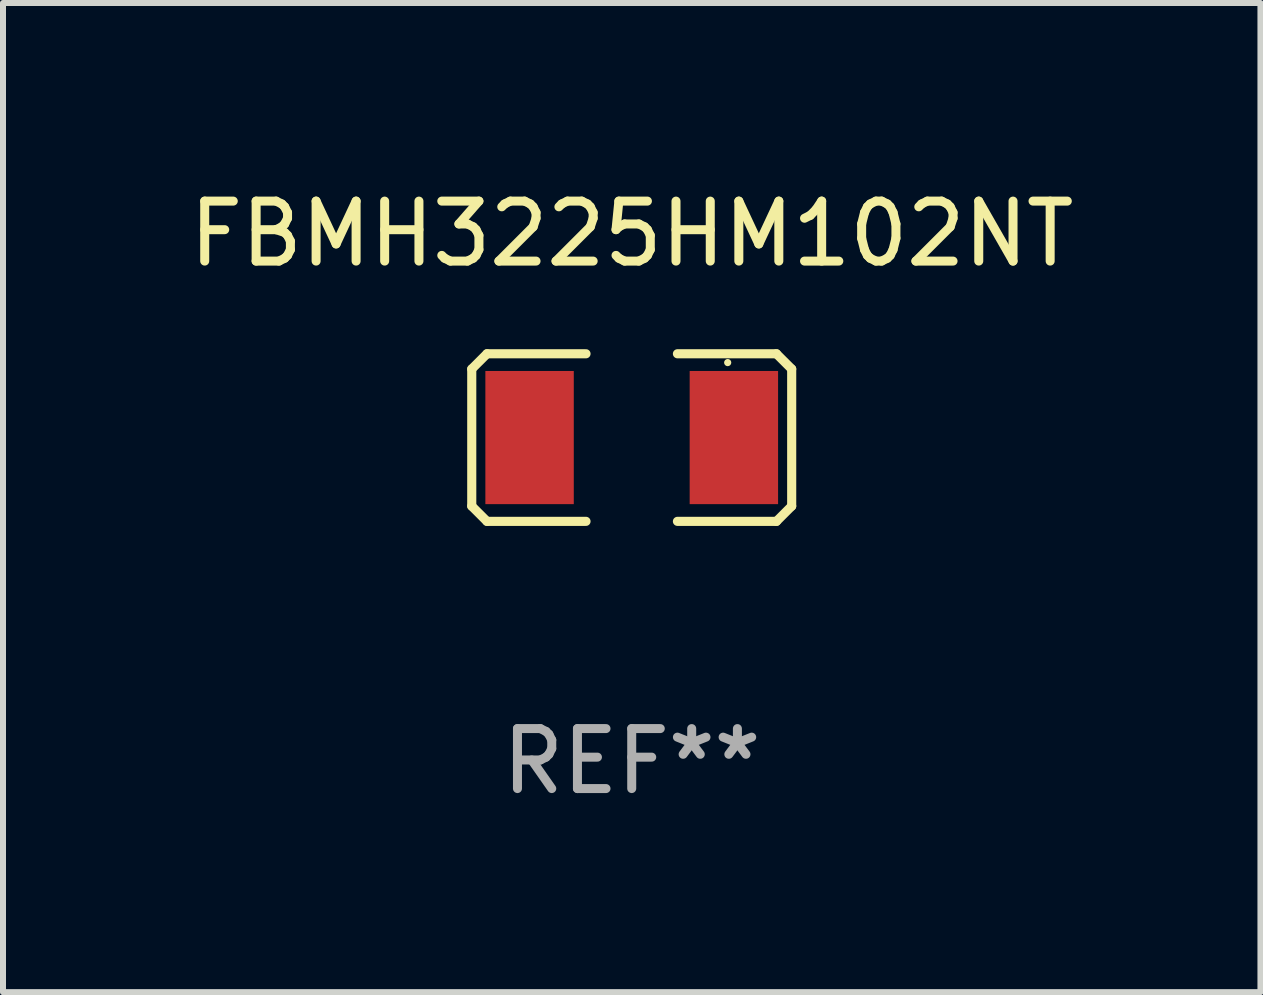
<source format=kicad_pcb>
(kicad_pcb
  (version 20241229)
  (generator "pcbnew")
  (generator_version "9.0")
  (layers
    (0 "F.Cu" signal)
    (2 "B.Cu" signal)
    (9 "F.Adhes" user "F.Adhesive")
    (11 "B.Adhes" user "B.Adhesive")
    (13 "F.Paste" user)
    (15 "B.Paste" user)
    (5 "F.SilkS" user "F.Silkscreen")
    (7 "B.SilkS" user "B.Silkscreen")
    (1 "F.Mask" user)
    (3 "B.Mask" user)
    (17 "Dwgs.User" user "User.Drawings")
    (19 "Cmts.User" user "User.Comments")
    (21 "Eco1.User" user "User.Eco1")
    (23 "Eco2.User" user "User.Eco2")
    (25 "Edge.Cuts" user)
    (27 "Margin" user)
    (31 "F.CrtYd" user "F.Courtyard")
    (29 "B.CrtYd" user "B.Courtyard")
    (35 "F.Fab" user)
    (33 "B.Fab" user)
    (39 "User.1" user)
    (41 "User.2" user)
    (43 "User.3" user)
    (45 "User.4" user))
  (footprint "FBMH3225HM102NT"
    (layer "F.Cu")
    (at 7.482 4.245)
    (property "Reference" "FBMH3225HM102NT" (at 0 -3.397 0) (layer "F.SilkS") (effects (font (size 1 1) (thickness 0.15))))
    (attr through_hole)
    (fp_line (start -2.667 -1.143) (end -2.413 -1.397) (stroke (width 0.152) (type solid)) (layer "F.SilkS"))
    (fp_line (start -2.667 1.143) (end -2.667 -1.143) (stroke (width 0.152) (type solid)) (layer "F.SilkS"))
    (fp_line (start -2.413 -1.397) (end -0.762 -1.397) (stroke (width 0.152) (type solid)) (layer "F.SilkS"))
    (fp_line (start -2.413 1.397) (end -2.667 1.143) (stroke (width 0.152) (type solid)) (layer "F.SilkS"))
    (fp_line (start -0.762 1.397) (end -2.413 1.397) (stroke (width 0.152) (type solid)) (layer "F.SilkS"))
    (fp_line (start 0.762 -1.397) (end 2.413 -1.397) (stroke (width 0.152) (type solid)) (layer "F.SilkS"))
    (fp_line (start 2.413 -1.397) (end 2.667 -1.143) (stroke (width 0.152) (type solid)) (layer "F.SilkS"))
    (fp_line (start 2.413 1.397) (end 0.762 1.397) (stroke (width 0.152) (type solid)) (layer "F.SilkS"))
    (fp_line (start 2.667 -1.143) (end 2.667 1.143) (stroke (width 0.152) (type solid)) (layer "F.SilkS"))
    (fp_line (start 2.667 1.143) (end 2.413 1.397) (stroke (width 0.152) (type solid)) (layer "F.SilkS"))
    (fp_circle (center 1.6 -1.25) (end 1.63 -1.25) (stroke (width 0.06) (type solid)) (fill no) (layer "F.SilkS"))
    (fp_text user "REF**" (at 0 5.397 0) (layer "F.Fab") (effects (font (size 1 1) (thickness 0.15))))
    (pad "1" smd rect (at 1.703 0) (size 1.474 2.22) (layers "F.Cu" "F.Mask" "F.Paste"))
    (pad "2" smd rect (at -1.703 0) (size 1.474 2.22) (layers "F.Cu" "F.Mask" "F.Paste")))
  (gr_rect
    (start -3 -3)
    (end 17.964 13.491)
    (stroke (width 0.1) (type default))
    (fill no)
    (layer "Edge.Cuts")))
</source>
